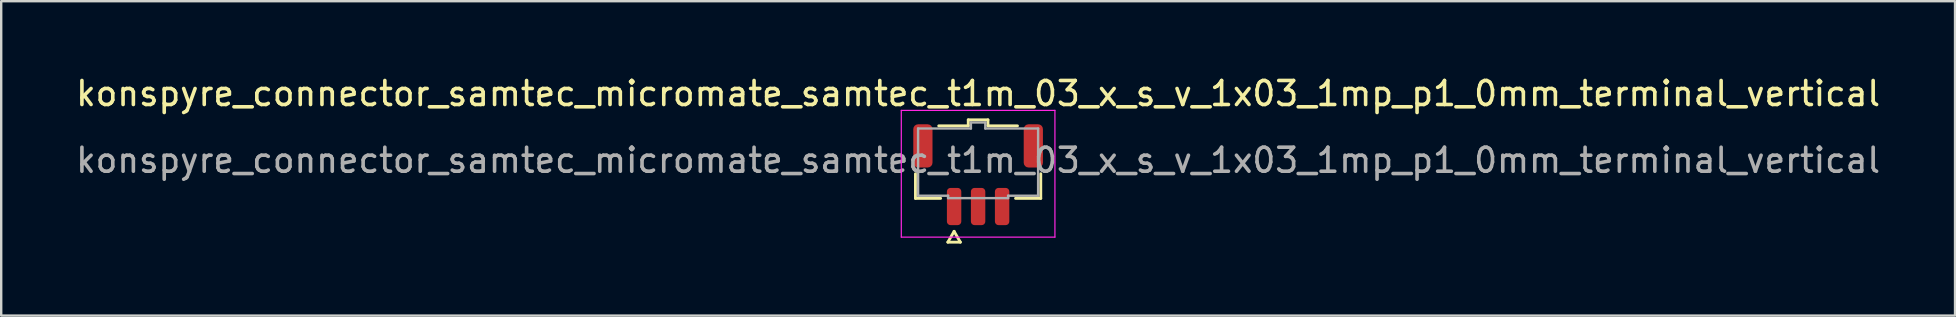
<source format=kicad_pcb>
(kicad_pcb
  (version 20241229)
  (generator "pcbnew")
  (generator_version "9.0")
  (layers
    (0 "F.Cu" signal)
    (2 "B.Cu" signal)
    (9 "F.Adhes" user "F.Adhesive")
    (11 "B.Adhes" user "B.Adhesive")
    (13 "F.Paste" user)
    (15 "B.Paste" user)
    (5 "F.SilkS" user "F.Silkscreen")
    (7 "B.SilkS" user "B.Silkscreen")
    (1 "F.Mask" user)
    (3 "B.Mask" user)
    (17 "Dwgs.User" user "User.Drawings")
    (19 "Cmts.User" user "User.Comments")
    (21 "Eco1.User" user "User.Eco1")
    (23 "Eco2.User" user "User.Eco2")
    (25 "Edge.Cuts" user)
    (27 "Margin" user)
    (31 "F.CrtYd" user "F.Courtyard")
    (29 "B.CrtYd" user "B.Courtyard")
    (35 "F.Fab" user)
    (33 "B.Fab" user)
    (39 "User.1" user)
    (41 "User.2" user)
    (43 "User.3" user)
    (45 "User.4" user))
  (footprint "konspyre_connector_samtec_micromate_samtec_t1m_03_x_s_v_1x03_1mp_p1_0mm_terminal_vertical"
    (layer "F.Cu")
    (at 37.696 3.628)
    (property "Reference" "konspyre_connector_samtec_micromate_samtec_t1m_03_x_s_v_1x03_1mp_p1_0mm_terminal_vertical" (at 0 -2.78 0) (layer "F.SilkS") (effects (font (size 1 1) (thickness 0.15))))
    (attr smd)
    (fp_line (start -2.61 1.585) (end -2.61 0.56) (stroke (width 0.12) (type solid)) (layer "F.SilkS"))
    (fp_line (start -1.64 -1.435) (end -0.41 -1.435) (stroke (width 0.12) (type solid)) (layer "F.SilkS"))
    (fp_line (start -1.56 1.585) (end -2.61 1.585) (stroke (width 0.12) (type solid)) (layer "F.SilkS"))
    (fp_line (start -1.26 3.41) (end -1 2.96) (stroke (width 0.12) (type solid)) (layer "F.SilkS"))
    (fp_line (start -1 2.96) (end -0.74 3.41) (stroke (width 0.12) (type solid)) (layer "F.SilkS"))
    (fp_line (start -0.74 3.41) (end -1.26 3.41) (stroke (width 0.12) (type solid)) (layer "F.SilkS"))
    (fp_line (start -0.41 -1.685) (end 0.41 -1.685) (stroke (width 0.12) (type solid)) (layer "F.SilkS"))
    (fp_line (start -0.41 -1.435) (end -0.41 -1.685) (stroke (width 0.12) (type solid)) (layer "F.SilkS"))
    (fp_line (start 0.41 -1.685) (end 0.41 -1.435) (stroke (width 0.12) (type solid)) (layer "F.SilkS"))
    (fp_line (start 0.41 -1.435) (end 1.64 -1.435) (stroke (width 0.12) (type solid)) (layer "F.SilkS"))
    (fp_line (start 2.61 0.56) (end 2.61 1.585) (stroke (width 0.12) (type solid)) (layer "F.SilkS"))
    (fp_line (start 2.61 1.585) (end 1.56 1.585) (stroke (width 0.12) (type solid)) (layer "F.SilkS"))
    (fp_line (start -3.2 -2.08) (end -3.2 3.2) (stroke (width 0.05) (type solid)) (layer "F.CrtYd"))
    (fp_line (start -3.2 3.2) (end 3.2 3.2) (stroke (width 0.05) (type solid)) (layer "F.CrtYd"))
    (fp_line (start 3.2 -2.08) (end -3.2 -2.08) (stroke (width 0.05) (type solid)) (layer "F.CrtYd"))
    (fp_line (start 3.2 3.2) (end 3.2 -2.08) (stroke (width 0.05) (type solid)) (layer "F.CrtYd"))
    (fp_line (start -2.5 -1.325) (end -0.3 -1.325) (stroke (width 0.1) (type solid)) (layer "F.Fab"))
    (fp_line (start -2.5 1.475) (end -2.5 -1.325) (stroke (width 0.1) (type solid)) (layer "F.Fab"))
    (fp_line (start -1.25 1.475) (end -2.5 1.475) (stroke (width 0.1) (type solid)) (layer "F.Fab"))
    (fp_line (start -1.25 1.575) (end -1.25 1.475) (stroke (width 0.1) (type solid)) (layer "F.Fab"))
    (fp_line (start -0.3 -1.575) (end 0.3 -1.575) (stroke (width 0.1) (type solid)) (layer "F.Fab"))
    (fp_line (start -0.3 -1.325) (end -0.3 -1.575) (stroke (width 0.1) (type solid)) (layer "F.Fab"))
    (fp_line (start 0.3 -1.575) (end 0.3 -1.325) (stroke (width 0.1) (type solid)) (layer "F.Fab"))
    (fp_line (start 0.3 -1.325) (end 2.5 -1.325) (stroke (width 0.1) (type solid)) (layer "F.Fab"))
    (fp_line (start 1.25 1.475) (end 1.25 1.575) (stroke (width 0.1) (type solid)) (layer "F.Fab"))
    (fp_line (start 1.25 1.575) (end -1.25 1.575) (stroke (width 0.1) (type solid)) (layer "F.Fab"))
    (fp_line (start 2.5 -1.325) (end 2.5 1.475) (stroke (width 0.1) (type solid)) (layer "F.Fab"))
    (fp_line (start 2.5 1.475) (end 1.25 1.475) (stroke (width 0.1) (type solid)) (layer "F.Fab"))
    (fp_text user "${REFERENCE}" (at 0 0 0) (layer "F.Fab") (effects (font (size 1 1) (thickness 0.15))))
    (pad "1" smd roundrect (at -1 1.925) (size 0.6 1.55) (layers "F.Cu" "F.Mask" "F.Paste") (roundrect_rratio 0.25))
    (pad "2" smd roundrect (at 0 1.925) (size 0.6 1.55) (layers "F.Cu" "F.Mask" "F.Paste") (roundrect_rratio 0.25))
    (pad "3" smd roundrect (at 1 1.925) (size 0.6 1.55) (layers "F.Cu" "F.Mask" "F.Paste") (roundrect_rratio 0.25))
    (pad "MP" smd roundrect (at -2.3 -0.6) (size 0.8 1.8) (layers "F.Cu" "F.Mask" "F.Paste") (roundrect_rratio 0.25))
    (pad "MP" smd roundrect (at 2.3 -0.6) (size 0.8 1.8) (layers "F.Cu" "F.Mask" "F.Paste") (roundrect_rratio 0.25)))
  (gr_rect
    (start -3 -3)
    (end 78.393 10.098)
    (stroke (width 0.1) (type default))
    (fill no)
    (layer "Edge.Cuts")))
</source>
